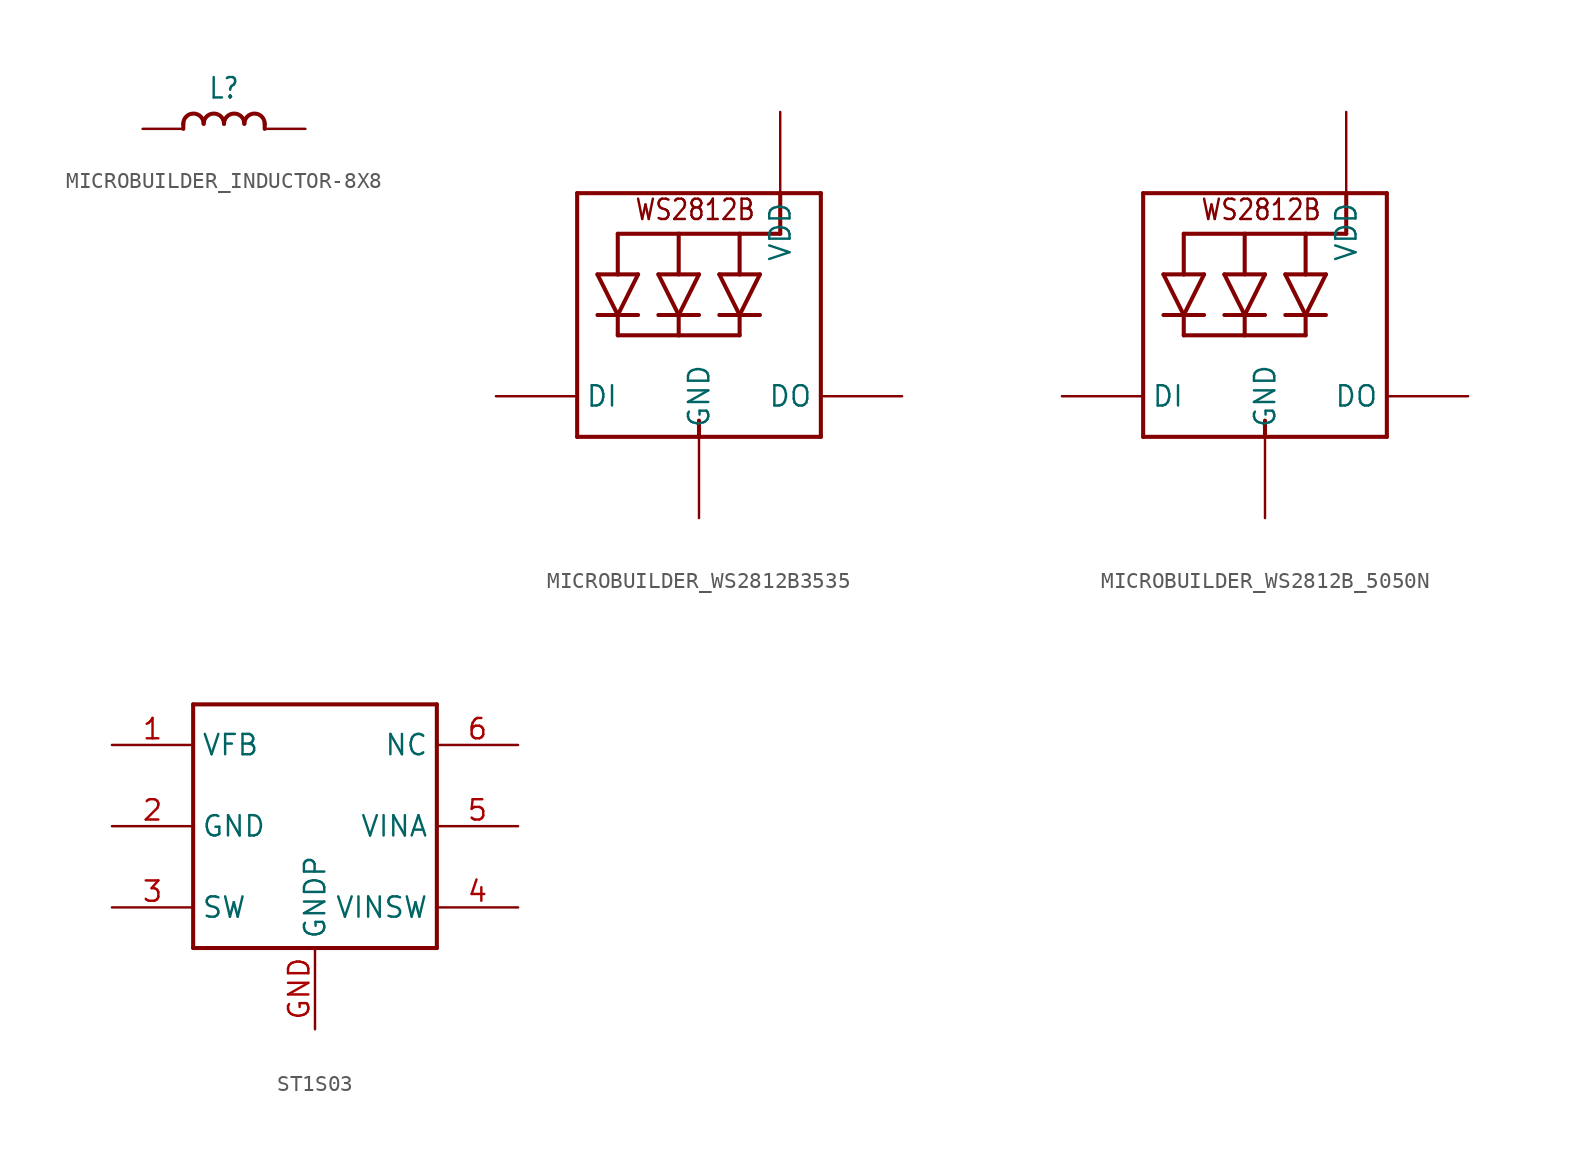
<source format=kicad_sym>
(kicad_symbol_lib
  (version 20220914)
  (generator kicad_symbol_editor)
  (symbol "MICROBUILDER_INDUCTOR-8X8"
    (property "Reference" "L"
      (at 0 2.54 0)
      (effects (font (size 1.27 1.079))))
    (property "Value" ""
      (at 0 -1.54 0)
      (effects (font (size 1.27 1.079))))
    (property "ki_locked" ""
      (at 0 0 0)
      (effects (font (size 1.27 1.27))))
    (symbol "MICROBUILDER_INDUCTOR-8X8_1_0"
      (arc (start -1.27 0.3173) (mid -1.9049 0.9524) (end -2.54 0.3175) (stroke (width 0.254) (type solid)) (fill (type none)))
      (polyline (pts (xy -2.54 0.318) (xy -2.54 0)) (stroke (width 0.254) (type solid)) (fill (type none)))
      (polyline (pts (xy 2.54 0.318) (xy 2.54 0)) (stroke (width 0.254) (type solid)) (fill (type none)))
      (arc (start 0 0.3173) (mid -0.6349 0.9524) (end -1.27 0.3175) (stroke (width 0.254) (type solid)) (fill (type none)))
      (arc (start 1.27 0.3173) (mid 0.6351 0.9524) (end 0 0.3175) (stroke (width 0.254) (type solid)) (fill (type none)))
      (arc (start 2.54 0.3173) (mid 1.9051 0.9524) (end 1.27 0.3175) (stroke (width 0.254) (type solid)) (fill (type none)))
      (pin passive line (at -5.08 0 0) (length 2.54) (name "1" (effects (font (size 0 0)))) (number "P$1" (effects (font (size 0 0)))))
      (pin passive line (at 5.08 0 180) (length 2.54) (name "2" (effects (font (size 0 0)))) (number "P$2" (effects (font (size 0 0)))))))
  (symbol "MICROBUILDER_WS2812B3535"
    (property "Reference" "LED"
      (at 0 0 0)
      (effects (font (size 1.27 1.27)) hide))
    (property "ki_locked" ""
      (at 0 0 0)
      (effects (font (size 1.27 1.27))))
    (symbol "MICROBUILDER_WS2812B3535_1_0"
      (polyline (pts (xy -7.62 -5.08) (xy 0 -5.08)) (stroke (width 0.254) (type solid)) (fill (type none)))
      (polyline (pts (xy -7.62 10.16) (xy -7.62 -5.08)) (stroke (width 0.254) (type solid)) (fill (type none)))
      (polyline (pts (xy -6.35 2.54) (xy -5.08 2.54)) (stroke (width 0.254) (type solid)) (fill (type none)))
      (polyline (pts (xy -6.35 5.08) (xy -5.08 5.08)) (stroke (width 0.254) (type solid)) (fill (type none)))
      (polyline (pts (xy -5.08 2.54) (xy -6.35 5.08)) (stroke (width 0.254) (type solid)) (fill (type none)))
      (polyline (pts (xy -5.08 2.54) (xy -5.08 1.27)) (stroke (width 0.254) (type solid)) (fill (type none)))
      (polyline (pts (xy -5.08 2.54) (xy -3.81 5.08)) (stroke (width 0.254) (type solid)) (fill (type none)))
      (polyline (pts (xy -5.08 5.08) (xy -3.81 5.08)) (stroke (width 0.254) (type solid)) (fill (type none)))
      (polyline (pts (xy -5.08 7.62) (xy -5.08 5.08)) (stroke (width 0.254) (type solid)) (fill (type none)))
      (polyline (pts (xy -3.81 2.54) (xy -5.08 2.54)) (stroke (width 0.254) (type solid)) (fill (type none)))
      (polyline (pts (xy -2.54 2.54) (xy -1.27 2.54)) (stroke (width 0.254) (type solid)) (fill (type none)))
      (polyline (pts (xy -2.54 5.08) (xy 0 5.08)) (stroke (width 0.254) (type solid)) (fill (type none)))
      (polyline (pts (xy -1.27 1.27) (xy -5.08 1.27)) (stroke (width 0.254) (type solid)) (fill (type none)))
      (polyline (pts (xy -1.27 2.54) (xy -2.54 5.08)) (stroke (width 0.254) (type solid)) (fill (type none)))
      (polyline (pts (xy -1.27 2.54) (xy -1.27 1.27)) (stroke (width 0.254) (type solid)) (fill (type none)))
      (polyline (pts (xy -1.27 2.54) (xy 0 2.54)) (stroke (width 0.254) (type solid)) (fill (type none)))
      (polyline (pts (xy -1.27 5.08) (xy -1.27 7.62)) (stroke (width 0.254) (type solid)) (fill (type none)))
      (polyline (pts (xy -1.27 7.62) (xy -5.08 7.62)) (stroke (width 0.254) (type solid)) (fill (type none)))
      (polyline (pts (xy 0 -5.08) (xy 7.62 -5.08)) (stroke (width 0.254) (type solid)) (fill (type none)))
      (polyline (pts (xy 0 -4.064) (xy 0 -5.08)) (stroke (width 0.254) (type solid)) (fill (type none)))
      (polyline (pts (xy 0 5.08) (xy -1.27 2.54)) (stroke (width 0.254) (type solid)) (fill (type none)))
      (polyline (pts (xy 1.27 5.08) (xy 2.54 2.54)) (stroke (width 0.254) (type solid)) (fill (type none)))
      (polyline (pts (xy 1.27 5.08) (xy 2.54 5.08)) (stroke (width 0.254) (type solid)) (fill (type none)))
      (polyline (pts (xy 2.54 1.27) (xy -1.27 1.27)) (stroke (width 0.254) (type solid)) (fill (type none)))
      (polyline (pts (xy 2.54 2.54) (xy 1.27 2.54)) (stroke (width 0.254) (type solid)) (fill (type none)))
      (polyline (pts (xy 2.54 2.54) (xy 2.54 1.27)) (stroke (width 0.254) (type solid)) (fill (type none)))
      (polyline (pts (xy 2.54 2.54) (xy 3.81 2.54)) (stroke (width 0.254) (type solid)) (fill (type none)))
      (polyline (pts (xy 2.54 2.54) (xy 3.81 5.08)) (stroke (width 0.254) (type solid)) (fill (type none)))
      (polyline (pts (xy 2.54 5.08) (xy 2.54 7.62)) (stroke (width 0.254) (type solid)) (fill (type none)))
      (polyline (pts (xy 2.54 7.62) (xy -1.27 7.62)) (stroke (width 0.254) (type solid)) (fill (type none)))
      (polyline (pts (xy 2.54 7.62) (xy 5.08 7.62)) (stroke (width 0.254) (type solid)) (fill (type none)))
      (polyline (pts (xy 3.81 5.08) (xy 2.54 5.08)) (stroke (width 0.254) (type solid)) (fill (type none)))
      (polyline (pts (xy 5.08 10.16) (xy -7.62 10.16)) (stroke (width 0.254) (type solid)) (fill (type none)))
      (polyline (pts (xy 5.08 10.16) (xy 5.08 7.62)) (stroke (width 0.254) (type solid)) (fill (type none)))
      (polyline (pts (xy 7.62 -5.08) (xy 7.62 10.16)) (stroke (width 0.254) (type solid)) (fill (type none)))
      (polyline (pts (xy 7.62 10.16) (xy 5.08 10.16)) (stroke (width 0.254) (type solid)) (fill (type none)))
      (text "WS2812B" (at -4.064 8.382 0) (effects (font (size 1.27 1.079)) (justify left bottom)))
      (pin input line (at -12.7 -2.54 0) (length 5.08) (name "DI" (effects (font (size 1.27 1.27)))) (number "1" (effects (font (size 0 0)))))
      (pin power_in line (at 5.08 15.24 270) (length 5.08) (name "VDD" (effects (font (size 1.27 1.27)))) (number "2" (effects (font (size 0 0)))))
      (pin output line (at 12.7 -2.54 180) (length 5.08) (name "DO" (effects (font (size 1.27 1.27)))) (number "3" (effects (font (size 0 0)))))
      (pin power_in line (at 0 -10.16 90) (length 5.08) (name "GND" (effects (font (size 1.27 1.27)))) (number "4" (effects (font (size 0 0)))))))
  (symbol "MICROBUILDER_WS2812B_5050N"
    (property "Reference" "LED"
      (at 0 0 0)
      (effects (font (size 1.27 1.27)) hide))
    (property "ki_locked" ""
      (at 0 0 0)
      (effects (font (size 1.27 1.27))))
    (symbol "MICROBUILDER_WS2812B_5050N_1_0"
      (polyline (pts (xy -7.62 -5.08) (xy 0 -5.08)) (stroke (width 0.254) (type solid)) (fill (type none)))
      (polyline (pts (xy -7.62 10.16) (xy -7.62 -5.08)) (stroke (width 0.254) (type solid)) (fill (type none)))
      (polyline (pts (xy -6.35 2.54) (xy -5.08 2.54)) (stroke (width 0.254) (type solid)) (fill (type none)))
      (polyline (pts (xy -6.35 5.08) (xy -5.08 5.08)) (stroke (width 0.254) (type solid)) (fill (type none)))
      (polyline (pts (xy -5.08 2.54) (xy -6.35 5.08)) (stroke (width 0.254) (type solid)) (fill (type none)))
      (polyline (pts (xy -5.08 2.54) (xy -5.08 1.27)) (stroke (width 0.254) (type solid)) (fill (type none)))
      (polyline (pts (xy -5.08 2.54) (xy -3.81 5.08)) (stroke (width 0.254) (type solid)) (fill (type none)))
      (polyline (pts (xy -5.08 5.08) (xy -3.81 5.08)) (stroke (width 0.254) (type solid)) (fill (type none)))
      (polyline (pts (xy -5.08 7.62) (xy -5.08 5.08)) (stroke (width 0.254) (type solid)) (fill (type none)))
      (polyline (pts (xy -3.81 2.54) (xy -5.08 2.54)) (stroke (width 0.254) (type solid)) (fill (type none)))
      (polyline (pts (xy -2.54 2.54) (xy -1.27 2.54)) (stroke (width 0.254) (type solid)) (fill (type none)))
      (polyline (pts (xy -2.54 5.08) (xy 0 5.08)) (stroke (width 0.254) (type solid)) (fill (type none)))
      (polyline (pts (xy -1.27 1.27) (xy -5.08 1.27)) (stroke (width 0.254) (type solid)) (fill (type none)))
      (polyline (pts (xy -1.27 2.54) (xy -2.54 5.08)) (stroke (width 0.254) (type solid)) (fill (type none)))
      (polyline (pts (xy -1.27 2.54) (xy -1.27 1.27)) (stroke (width 0.254) (type solid)) (fill (type none)))
      (polyline (pts (xy -1.27 2.54) (xy 0 2.54)) (stroke (width 0.254) (type solid)) (fill (type none)))
      (polyline (pts (xy -1.27 5.08) (xy -1.27 7.62)) (stroke (width 0.254) (type solid)) (fill (type none)))
      (polyline (pts (xy -1.27 7.62) (xy -5.08 7.62)) (stroke (width 0.254) (type solid)) (fill (type none)))
      (polyline (pts (xy 0 -5.08) (xy 7.62 -5.08)) (stroke (width 0.254) (type solid)) (fill (type none)))
      (polyline (pts (xy 0 -4.064) (xy 0 -5.08)) (stroke (width 0.254) (type solid)) (fill (type none)))
      (polyline (pts (xy 0 5.08) (xy -1.27 2.54)) (stroke (width 0.254) (type solid)) (fill (type none)))
      (polyline (pts (xy 1.27 5.08) (xy 2.54 2.54)) (stroke (width 0.254) (type solid)) (fill (type none)))
      (polyline (pts (xy 1.27 5.08) (xy 2.54 5.08)) (stroke (width 0.254) (type solid)) (fill (type none)))
      (polyline (pts (xy 2.54 1.27) (xy -1.27 1.27)) (stroke (width 0.254) (type solid)) (fill (type none)))
      (polyline (pts (xy 2.54 2.54) (xy 1.27 2.54)) (stroke (width 0.254) (type solid)) (fill (type none)))
      (polyline (pts (xy 2.54 2.54) (xy 2.54 1.27)) (stroke (width 0.254) (type solid)) (fill (type none)))
      (polyline (pts (xy 2.54 2.54) (xy 3.81 2.54)) (stroke (width 0.254) (type solid)) (fill (type none)))
      (polyline (pts (xy 2.54 2.54) (xy 3.81 5.08)) (stroke (width 0.254) (type solid)) (fill (type none)))
      (polyline (pts (xy 2.54 5.08) (xy 2.54 7.62)) (stroke (width 0.254) (type solid)) (fill (type none)))
      (polyline (pts (xy 2.54 7.62) (xy -1.27 7.62)) (stroke (width 0.254) (type solid)) (fill (type none)))
      (polyline (pts (xy 2.54 7.62) (xy 5.08 7.62)) (stroke (width 0.254) (type solid)) (fill (type none)))
      (polyline (pts (xy 3.81 5.08) (xy 2.54 5.08)) (stroke (width 0.254) (type solid)) (fill (type none)))
      (polyline (pts (xy 5.08 10.16) (xy -7.62 10.16)) (stroke (width 0.254) (type solid)) (fill (type none)))
      (polyline (pts (xy 5.08 10.16) (xy 5.08 7.62)) (stroke (width 0.254) (type solid)) (fill (type none)))
      (polyline (pts (xy 7.62 -5.08) (xy 7.62 10.16)) (stroke (width 0.254) (type solid)) (fill (type none)))
      (polyline (pts (xy 7.62 10.16) (xy 5.08 10.16)) (stroke (width 0.254) (type solid)) (fill (type none)))
      (text "WS2812B" (at -4.064 8.382 0) (effects (font (size 1.27 1.079)) (justify left bottom)))
      (pin power_in line (at 5.08 15.24 270) (length 5.08) (name "VDD" (effects (font (size 1.27 1.27)))) (number "1-VDD" (effects (font (size 0 0)))))
      (pin output line (at 12.7 -2.54 180) (length 5.08) (name "DO" (effects (font (size 1.27 1.27)))) (number "2-DOUT" (effects (font (size 0 0)))))
      (pin power_in line (at 0 -10.16 90) (length 5.08) (name "GND" (effects (font (size 1.27 1.27)))) (number "3-GND" (effects (font (size 0 0)))))
      (pin input line (at -12.7 -2.54 0) (length 5.08) (name "DI" (effects (font (size 1.27 1.27)))) (number "4-DIN" (effects (font (size 0 0)))))))
  (symbol "ST1S03"
    (property "Reference" ""
      (at -7.62 10.16 0)
      (effects (font (size 2.54 2.159)) (justify left bottom) hide))
    (property "ki_locked" ""
      (at 0 0 0)
      (effects (font (size 1.27 1.27))))
    (symbol "ST1S03_1_0"
      (polyline (pts (xy -7.62 -7.62) (xy 7.62 -7.62)) (stroke (width 0.254) (type solid)) (fill (type none)))
      (polyline (pts (xy -7.62 7.62) (xy -7.62 -7.62)) (stroke (width 0.254) (type solid)) (fill (type none)))
      (polyline (pts (xy 7.62 -7.62) (xy 7.62 7.62)) (stroke (width 0.254) (type solid)) (fill (type none)))
      (polyline (pts (xy 7.62 7.62) (xy -7.62 7.62)) (stroke (width 0.254) (type solid)) (fill (type none)))
      (pin bidirectional line (at -12.7 5.08 0) (length 5.08) (name "VFB" (effects (font (size 1.27 1.27)))) (number "1" (effects (font (size 1.27 1.27)))))
      (pin bidirectional line (at -12.7 0 0) (length 5.08) (name "GND" (effects (font (size 1.27 1.27)))) (number "2" (effects (font (size 1.27 1.27)))))
      (pin bidirectional line (at -12.7 -5.08 0) (length 5.08) (name "SW" (effects (font (size 1.27 1.27)))) (number "3" (effects (font (size 1.27 1.27)))))
      (pin bidirectional line (at 12.7 -5.08 180) (length 5.08) (name "VINSW" (effects (font (size 1.27 1.27)))) (number "4" (effects (font (size 1.27 1.27)))))
      (pin bidirectional line (at 12.7 0 180) (length 5.08) (name "VINA" (effects (font (size 1.27 1.27)))) (number "5" (effects (font (size 1.27 1.27)))))
      (pin bidirectional line (at 12.7 5.08 180) (length 5.08) (name "NC" (effects (font (size 1.27 1.27)))) (number "6" (effects (font (size 1.27 1.27)))))
      (pin bidirectional line (at 0 -12.7 90) (length 5.08) (name "GNDP" (effects (font (size 1.27 1.27)))) (number "GND" (effects (font (size 1.27 1.27))))))))
</source>
